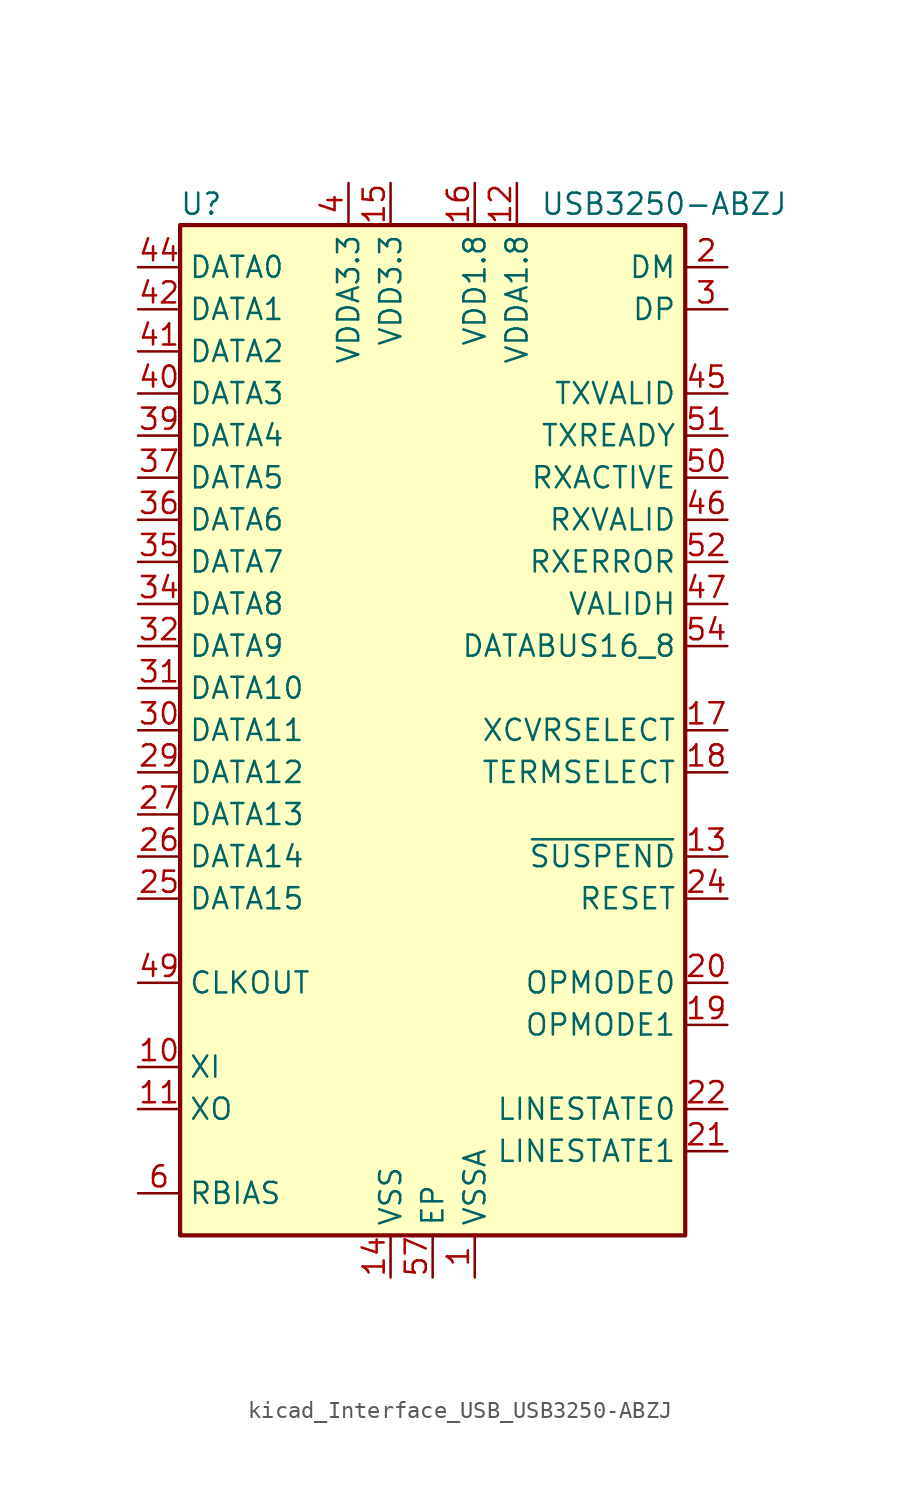
<source format=kicad_sym>
(kicad_symbol_lib
  (version 20220914)
  (generator kicad_symbol_editor)
  (symbol "kicad_Interface_USB_USB3250-ABZJ"
    (property "Reference" "U"
      (at -13.97 31.75 0)
      (effects (font (size 1.27 1.27))))
    (property "Value" "USB3250-ABZJ"
      (at 13.97 31.75 0)
      (effects (font (size 1.27 1.27))))
    (symbol "kicad_Interface_USB_USB3250-ABZJ_0_1"
      (rectangle (start 15.24 -30.48) (end -15.24 30.48) (stroke (width 0.254) (type default)) (fill (type background))))
    (symbol "kicad_Interface_USB_USB3250-ABZJ_1_1"
      (pin power_in line (at 2.54 -33.02 90) (length 2.54) (name "VSSA" (effects (font (size 1.27 1.27)))) (number "1" (effects (font (size 1.27 1.27)))))
      (pin input line (at -17.78 -20.32 0) (length 2.54) (name "XI" (effects (font (size 1.27 1.27)))) (number "10" (effects (font (size 1.27 1.27)))))
      (pin output line (at -17.78 -22.86 0) (length 2.54) (name "XO" (effects (font (size 1.27 1.27)))) (number "11" (effects (font (size 1.27 1.27)))))
      (pin power_in line (at 5.08 33.02 270) (length 2.54) (name "VDDA1.8" (effects (font (size 1.27 1.27)))) (number "12" (effects (font (size 1.27 1.27)))))
      (pin input line (at 17.78 -7.62 180) (length 2.54) (name "~{SUSPEND}" (effects (font (size 1.27 1.27)))) (number "13" (effects (font (size 1.27 1.27)))))
      (pin power_in line (at -2.54 -33.02 90) (length 2.54) (name "VSS" (effects (font (size 1.27 1.27)))) (number "14" (effects (font (size 1.27 1.27)))))
      (pin power_in line (at -2.54 33.02 270) (length 2.54) (name "VDD3.3" (effects (font (size 1.27 1.27)))) (number "15" (effects (font (size 1.27 1.27)))))
      (pin power_in line (at 2.54 33.02 270) (length 2.54) (name "VDD1.8" (effects (font (size 1.27 1.27)))) (number "16" (effects (font (size 1.27 1.27)))))
      (pin input line (at 17.78 0 180) (length 2.54) (name "XCVRSELECT" (effects (font (size 1.27 1.27)))) (number "17" (effects (font (size 1.27 1.27)))))
      (pin input line (at 17.78 -2.54 180) (length 2.54) (name "TERMSELECT" (effects (font (size 1.27 1.27)))) (number "18" (effects (font (size 1.27 1.27)))))
      (pin input line (at 17.78 -17.78 180) (length 2.54) (name "OPMODE1" (effects (font (size 1.27 1.27)))) (number "19" (effects (font (size 1.27 1.27)))))
      (pin bidirectional line (at 17.78 27.94 180) (length 2.54) (name "DM" (effects (font (size 1.27 1.27)))) (number "2" (effects (font (size 1.27 1.27)))))
      (pin input line (at 17.78 -15.24 180) (length 2.54) (name "OPMODE0" (effects (font (size 1.27 1.27)))) (number "20" (effects (font (size 1.27 1.27)))))
      (pin output line (at 17.78 -25.4 180) (length 2.54) (name "LINESTATE1" (effects (font (size 1.27 1.27)))) (number "21" (effects (font (size 1.27 1.27)))))
      (pin output line (at 17.78 -22.86 180) (length 2.54) (name "LINESTATE0" (effects (font (size 1.27 1.27)))) (number "22" (effects (font (size 1.27 1.27)))))
      (pin passive line (at 2.54 33.02 270) (length 2.54) hide (name "VDD1.8" (effects (font (size 1.27 1.27)))) (number "23" (effects (font (size 1.27 1.27)))))
      (pin input line (at 17.78 -10.16 180) (length 2.54) (name "RESET" (effects (font (size 1.27 1.27)))) (number "24" (effects (font (size 1.27 1.27)))))
      (pin bidirectional line (at -17.78 -10.16 0) (length 2.54) (name "DATA15" (effects (font (size 1.27 1.27)))) (number "25" (effects (font (size 1.27 1.27)))))
      (pin bidirectional line (at -17.78 -7.62 0) (length 2.54) (name "DATA14" (effects (font (size 1.27 1.27)))) (number "26" (effects (font (size 1.27 1.27)))))
      (pin bidirectional line (at -17.78 -5.08 0) (length 2.54) (name "DATA13" (effects (font (size 1.27 1.27)))) (number "27" (effects (font (size 1.27 1.27)))))
      (pin passive line (at -2.54 33.02 270) (length 2.54) hide (name "VDD3.3" (effects (font (size 1.27 1.27)))) (number "28" (effects (font (size 1.27 1.27)))))
      (pin bidirectional line (at -17.78 -2.54 0) (length 2.54) (name "DATA12" (effects (font (size 1.27 1.27)))) (number "29" (effects (font (size 1.27 1.27)))))
      (pin bidirectional line (at 17.78 25.4 180) (length 2.54) (name "DP" (effects (font (size 1.27 1.27)))) (number "3" (effects (font (size 1.27 1.27)))))
      (pin bidirectional line (at -17.78 0 0) (length 2.54) (name "DATA11" (effects (font (size 1.27 1.27)))) (number "30" (effects (font (size 1.27 1.27)))))
      (pin bidirectional line (at -17.78 2.54 0) (length 2.54) (name "DATA10" (effects (font (size 1.27 1.27)))) (number "31" (effects (font (size 1.27 1.27)))))
      (pin bidirectional line (at -17.78 5.08 0) (length 2.54) (name "DATA9" (effects (font (size 1.27 1.27)))) (number "32" (effects (font (size 1.27 1.27)))))
      (pin passive line (at -2.54 -33.02 90) (length 2.54) hide (name "VSS" (effects (font (size 1.27 1.27)))) (number "33" (effects (font (size 1.27 1.27)))))
      (pin bidirectional line (at -17.78 7.62 0) (length 2.54) (name "DATA8" (effects (font (size 1.27 1.27)))) (number "34" (effects (font (size 1.27 1.27)))))
      (pin bidirectional line (at -17.78 10.16 0) (length 2.54) (name "DATA7" (effects (font (size 1.27 1.27)))) (number "35" (effects (font (size 1.27 1.27)))))
      (pin bidirectional line (at -17.78 12.7 0) (length 2.54) (name "DATA6" (effects (font (size 1.27 1.27)))) (number "36" (effects (font (size 1.27 1.27)))))
      (pin bidirectional line (at -17.78 15.24 0) (length 2.54) (name "DATA5" (effects (font (size 1.27 1.27)))) (number "37" (effects (font (size 1.27 1.27)))))
      (pin passive line (at 2.54 33.02 270) (length 2.54) hide (name "VDD1.8" (effects (font (size 1.27 1.27)))) (number "38" (effects (font (size 1.27 1.27)))))
      (pin bidirectional line (at -17.78 17.78 0) (length 2.54) (name "DATA4" (effects (font (size 1.27 1.27)))) (number "39" (effects (font (size 1.27 1.27)))))
      (pin power_in line (at -5.08 33.02 270) (length 2.54) (name "VDDA3.3" (effects (font (size 1.27 1.27)))) (number "4" (effects (font (size 1.27 1.27)))))
      (pin bidirectional line (at -17.78 20.32 0) (length 2.54) (name "DATA3" (effects (font (size 1.27 1.27)))) (number "40" (effects (font (size 1.27 1.27)))))
      (pin bidirectional line (at -17.78 22.86 0) (length 2.54) (name "DATA2" (effects (font (size 1.27 1.27)))) (number "41" (effects (font (size 1.27 1.27)))))
      (pin bidirectional line (at -17.78 25.4 0) (length 2.54) (name "DATA1" (effects (font (size 1.27 1.27)))) (number "42" (effects (font (size 1.27 1.27)))))
      (pin passive line (at -2.54 33.02 270) (length 2.54) hide (name "VDD3.3" (effects (font (size 1.27 1.27)))) (number "43" (effects (font (size 1.27 1.27)))))
      (pin bidirectional line (at -17.78 27.94 0) (length 2.54) (name "DATA0" (effects (font (size 1.27 1.27)))) (number "44" (effects (font (size 1.27 1.27)))))
      (pin input line (at 17.78 20.32 180) (length 2.54) (name "TXVALID" (effects (font (size 1.27 1.27)))) (number "45" (effects (font (size 1.27 1.27)))))
      (pin output line (at 17.78 12.7 180) (length 2.54) (name "RXVALID" (effects (font (size 1.27 1.27)))) (number "46" (effects (font (size 1.27 1.27)))))
      (pin bidirectional line (at 17.78 7.62 180) (length 2.54) (name "VALIDH" (effects (font (size 1.27 1.27)))) (number "47" (effects (font (size 1.27 1.27)))))
      (pin passive line (at -2.54 -33.02 90) (length 2.54) hide (name "VSS" (effects (font (size 1.27 1.27)))) (number "48" (effects (font (size 1.27 1.27)))))
      (pin output line (at -17.78 -15.24 0) (length 2.54) (name "CLKOUT" (effects (font (size 1.27 1.27)))) (number "49" (effects (font (size 1.27 1.27)))))
      (pin passive line (at 2.54 -33.02 90) (length 2.54) hide (name "VSSA" (effects (font (size 1.27 1.27)))) (number "5" (effects (font (size 1.27 1.27)))))
      (pin output line (at 17.78 15.24 180) (length 2.54) (name "RXACTIVE" (effects (font (size 1.27 1.27)))) (number "50" (effects (font (size 1.27 1.27)))))
      (pin output line (at 17.78 17.78 180) (length 2.54) (name "TXREADY" (effects (font (size 1.27 1.27)))) (number "51" (effects (font (size 1.27 1.27)))))
      (pin output line (at 17.78 10.16 180) (length 2.54) (name "RXERROR" (effects (font (size 1.27 1.27)))) (number "52" (effects (font (size 1.27 1.27)))))
      (pin passive line (at 2.54 33.02 270) (length 2.54) hide (name "VDD1.8" (effects (font (size 1.27 1.27)))) (number "53" (effects (font (size 1.27 1.27)))))
      (pin input line (at 17.78 5.08 180) (length 2.54) (name "DATABUS16_8" (effects (font (size 1.27 1.27)))) (number "54" (effects (font (size 1.27 1.27)))))
      (pin passive line (at -2.54 -33.02 90) (length 2.54) hide (name "VSS" (effects (font (size 1.27 1.27)))) (number "55" (effects (font (size 1.27 1.27)))))
      (pin passive line (at -2.54 -33.02 90) (length 2.54) hide (name "VSS" (effects (font (size 1.27 1.27)))) (number "56" (effects (font (size 1.27 1.27)))))
      (pin power_in line (at 0 -33.02 90) (length 2.54) (name "EP" (effects (font (size 1.27 1.27)))) (number "57" (effects (font (size 1.27 1.27)))))
      (pin passive line (at -17.78 -27.94 0) (length 2.54) (name "RBIAS" (effects (font (size 1.27 1.27)))) (number "6" (effects (font (size 1.27 1.27)))))
      (pin passive line (at -5.08 33.02 270) (length 2.54) hide (name "VDDA3.3" (effects (font (size 1.27 1.27)))) (number "7" (effects (font (size 1.27 1.27)))))
      (pin passive line (at 2.54 -33.02 90) (length 2.54) hide (name "VSSA" (effects (font (size 1.27 1.27)))) (number "8" (effects (font (size 1.27 1.27)))))
      (pin passive line (at 2.54 -33.02 90) (length 2.54) hide (name "VSSA" (effects (font (size 1.27 1.27)))) (number "9" (effects (font (size 1.27 1.27))))))))
</source>
